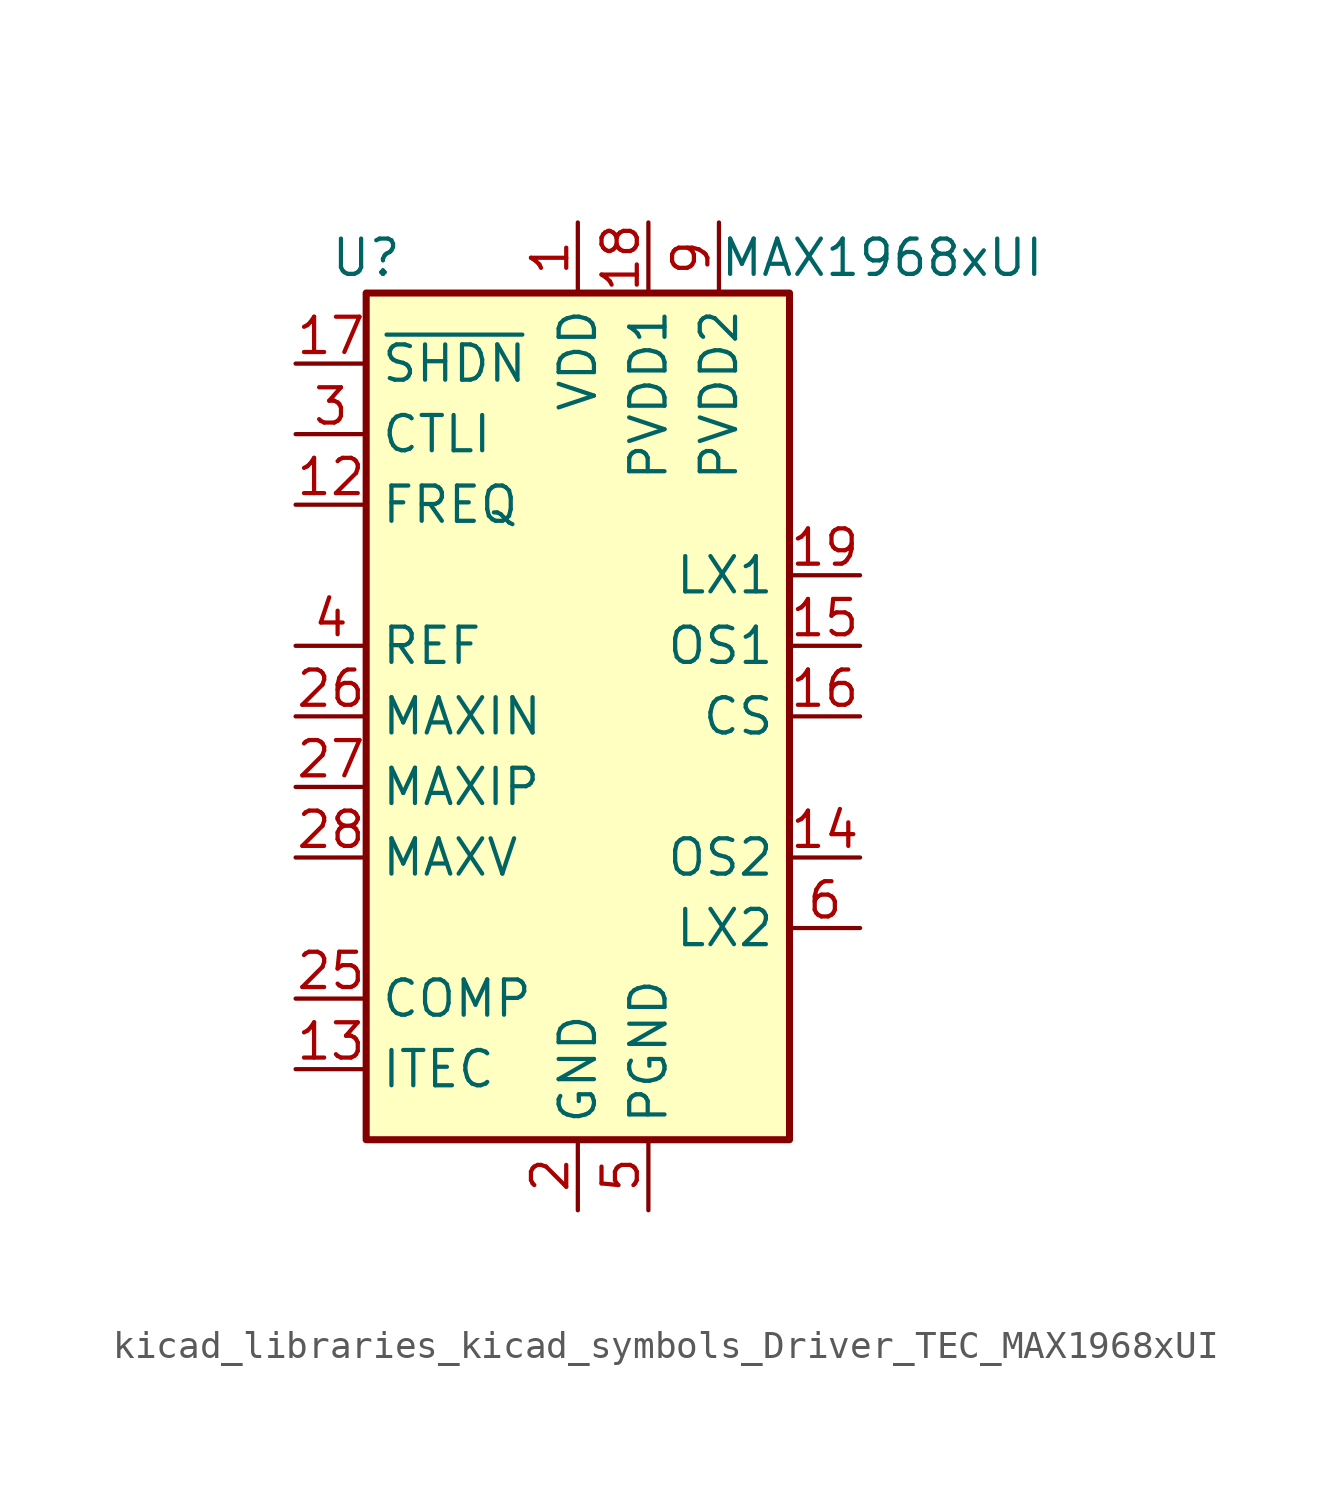
<source format=kicad_sym>
(kicad_symbol_lib
  (version 20220914)
  (generator kicad_symbol_editor)
  (symbol "kicad_libraries_kicad_symbols_Driver_TEC_MAX1968xUI"
    (property "Reference" "U"
      (at -7.62 16.51 0)
      (effects (font (size 1.27 1.27))))
    (property "Value" "MAX1968xUI"
      (at 5.08 16.51 0)
      (effects (font (size 1.27 1.27)) (justify left)))
    (symbol "kicad_libraries_kicad_symbols_Driver_TEC_MAX1968xUI_0_1"
      (rectangle (start -7.62 15.24) (end 7.62 -15.24) (stroke (width 0.254) (type default)) (fill (type background))))
    (symbol "kicad_libraries_kicad_symbols_Driver_TEC_MAX1968xUI_1_1"
      (pin power_in line (at 0 17.78 270) (length 2.54) (name "VDD" (effects (font (size 1.27 1.27)))) (number "1" (effects (font (size 1.27 1.27)))))
      (pin passive line (at 10.16 -7.62 180) (length 2.54) hide (name "LX2" (effects (font (size 1.27 1.27)))) (number "10" (effects (font (size 1.27 1.27)))))
      (pin passive line (at 5.08 17.78 270) (length 2.54) hide (name "PVDD2" (effects (font (size 1.27 1.27)))) (number "11" (effects (font (size 1.27 1.27)))))
      (pin input line (at -10.16 7.62 0) (length 2.54) (name "FREQ" (effects (font (size 1.27 1.27)))) (number "12" (effects (font (size 1.27 1.27)))))
      (pin output line (at -10.16 -12.7 0) (length 2.54) (name "ITEC" (effects (font (size 1.27 1.27)))) (number "13" (effects (font (size 1.27 1.27)))))
      (pin input line (at 10.16 -5.08 180) (length 2.54) (name "OS2" (effects (font (size 1.27 1.27)))) (number "14" (effects (font (size 1.27 1.27)))))
      (pin input line (at 10.16 2.54 180) (length 2.54) (name "OS1" (effects (font (size 1.27 1.27)))) (number "15" (effects (font (size 1.27 1.27)))))
      (pin input line (at 10.16 0 180) (length 2.54) (name "CS" (effects (font (size 1.27 1.27)))) (number "16" (effects (font (size 1.27 1.27)))))
      (pin input line (at -10.16 12.7 0) (length 2.54) (name "~{SHDN}" (effects (font (size 1.27 1.27)))) (number "17" (effects (font (size 1.27 1.27)))))
      (pin power_in line (at 2.54 17.78 270) (length 2.54) (name "PVDD1" (effects (font (size 1.27 1.27)))) (number "18" (effects (font (size 1.27 1.27)))))
      (pin power_out line (at 10.16 5.08 180) (length 2.54) (name "LX1" (effects (font (size 1.27 1.27)))) (number "19" (effects (font (size 1.27 1.27)))))
      (pin power_in line (at 0 -17.78 90) (length 2.54) (name "GND" (effects (font (size 1.27 1.27)))) (number "2" (effects (font (size 1.27 1.27)))))
      (pin passive line (at 2.54 17.78 270) (length 2.54) hide (name "PVDD1" (effects (font (size 1.27 1.27)))) (number "20" (effects (font (size 1.27 1.27)))))
      (pin passive line (at 10.16 5.08 180) (length 2.54) hide (name "LX1" (effects (font (size 1.27 1.27)))) (number "21" (effects (font (size 1.27 1.27)))))
      (pin passive line (at 2.54 -17.78 90) (length 2.54) hide (name "PGND" (effects (font (size 1.27 1.27)))) (number "22" (effects (font (size 1.27 1.27)))))
      (pin passive line (at 10.16 5.08 180) (length 2.54) hide (name "LX1" (effects (font (size 1.27 1.27)))) (number "23" (effects (font (size 1.27 1.27)))))
      (pin passive line (at 2.54 -17.78 90) (length 2.54) hide (name "PGND" (effects (font (size 1.27 1.27)))) (number "24" (effects (font (size 1.27 1.27)))))
      (pin passive line (at -10.16 -10.16 0) (length 2.54) (name "COMP" (effects (font (size 1.27 1.27)))) (number "25" (effects (font (size 1.27 1.27)))))
      (pin input line (at -10.16 0 0) (length 2.54) (name "MAXIN" (effects (font (size 1.27 1.27)))) (number "26" (effects (font (size 1.27 1.27)))))
      (pin input line (at -10.16 -2.54 0) (length 2.54) (name "MAXIP" (effects (font (size 1.27 1.27)))) (number "27" (effects (font (size 1.27 1.27)))))
      (pin input line (at -10.16 -5.08 0) (length 2.54) (name "MAXV" (effects (font (size 1.27 1.27)))) (number "28" (effects (font (size 1.27 1.27)))))
      (pin passive line (at 0 -17.78 90) (length 2.54) hide (name "GND" (effects (font (size 1.27 1.27)))) (number "29" (effects (font (size 1.27 1.27)))))
      (pin input line (at -10.16 10.16 0) (length 2.54) (name "CTLI" (effects (font (size 1.27 1.27)))) (number "3" (effects (font (size 1.27 1.27)))))
      (pin output line (at -10.16 2.54 0) (length 2.54) (name "REF" (effects (font (size 1.27 1.27)))) (number "4" (effects (font (size 1.27 1.27)))))
      (pin power_in line (at 2.54 -17.78 90) (length 2.54) (name "PGND" (effects (font (size 1.27 1.27)))) (number "5" (effects (font (size 1.27 1.27)))))
      (pin power_out line (at 10.16 -7.62 180) (length 2.54) (name "LX2" (effects (font (size 1.27 1.27)))) (number "6" (effects (font (size 1.27 1.27)))))
      (pin passive line (at 2.54 -17.78 90) (length 2.54) hide (name "PGND" (effects (font (size 1.27 1.27)))) (number "7" (effects (font (size 1.27 1.27)))))
      (pin passive line (at 10.16 -7.62 180) (length 2.54) hide (name "LX2" (effects (font (size 1.27 1.27)))) (number "8" (effects (font (size 1.27 1.27)))))
      (pin power_in line (at 5.08 17.78 270) (length 2.54) (name "PVDD2" (effects (font (size 1.27 1.27)))) (number "9" (effects (font (size 1.27 1.27))))))))
</source>
